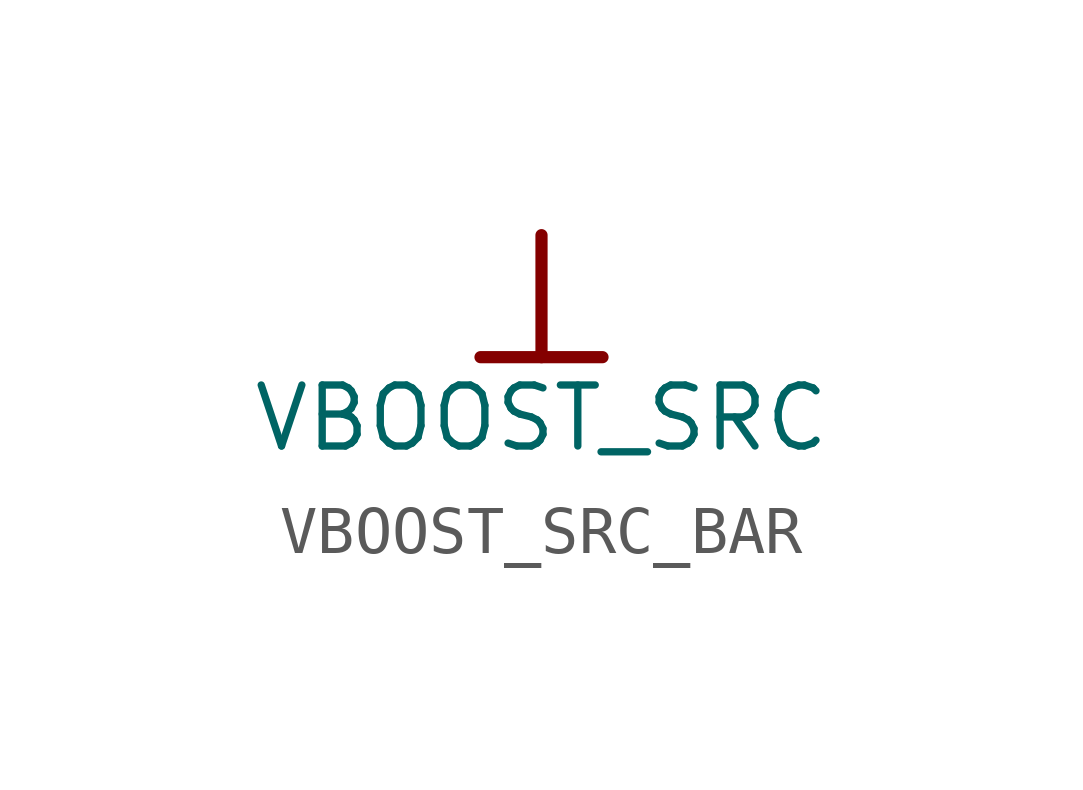
<source format=kicad_sym>
(kicad_symbol_lib
  (version 20241209)
  (generator "kicad_symbol_editor")
  (generator_version "9.0")
  (symbol "VBOOST_SRC_BAR"
    (power)
    (property "Reference" "#PWR"
      (at 0 0 0)
      (effects (font (size 1.27 1.27)) (hide yes)))
    (property "Value" "VBOOST_SRC"
      (at 0 -3.81 0)
      (effects (font (size 1.27 1.27))))
    (symbol "VBOOST_SRC_BAR_0_0"
      (polyline (pts (xy -1.27 -2.54) (xy 1.27 -2.54)) (stroke (width 0.254) (type solid)) (fill (type none)))
      (polyline (pts (xy 0 0) (xy 0 -2.54)) (stroke (width 0.254) (type solid)) (fill (type none)))
      (pin power_in line (at 0 0 0) (length 0) (hide yes) (name "VBOOST_SRC" (effects (font (size 1.27 1.27)))) (number "" (effects (font (size 1.27 1.27))))))))
</source>
